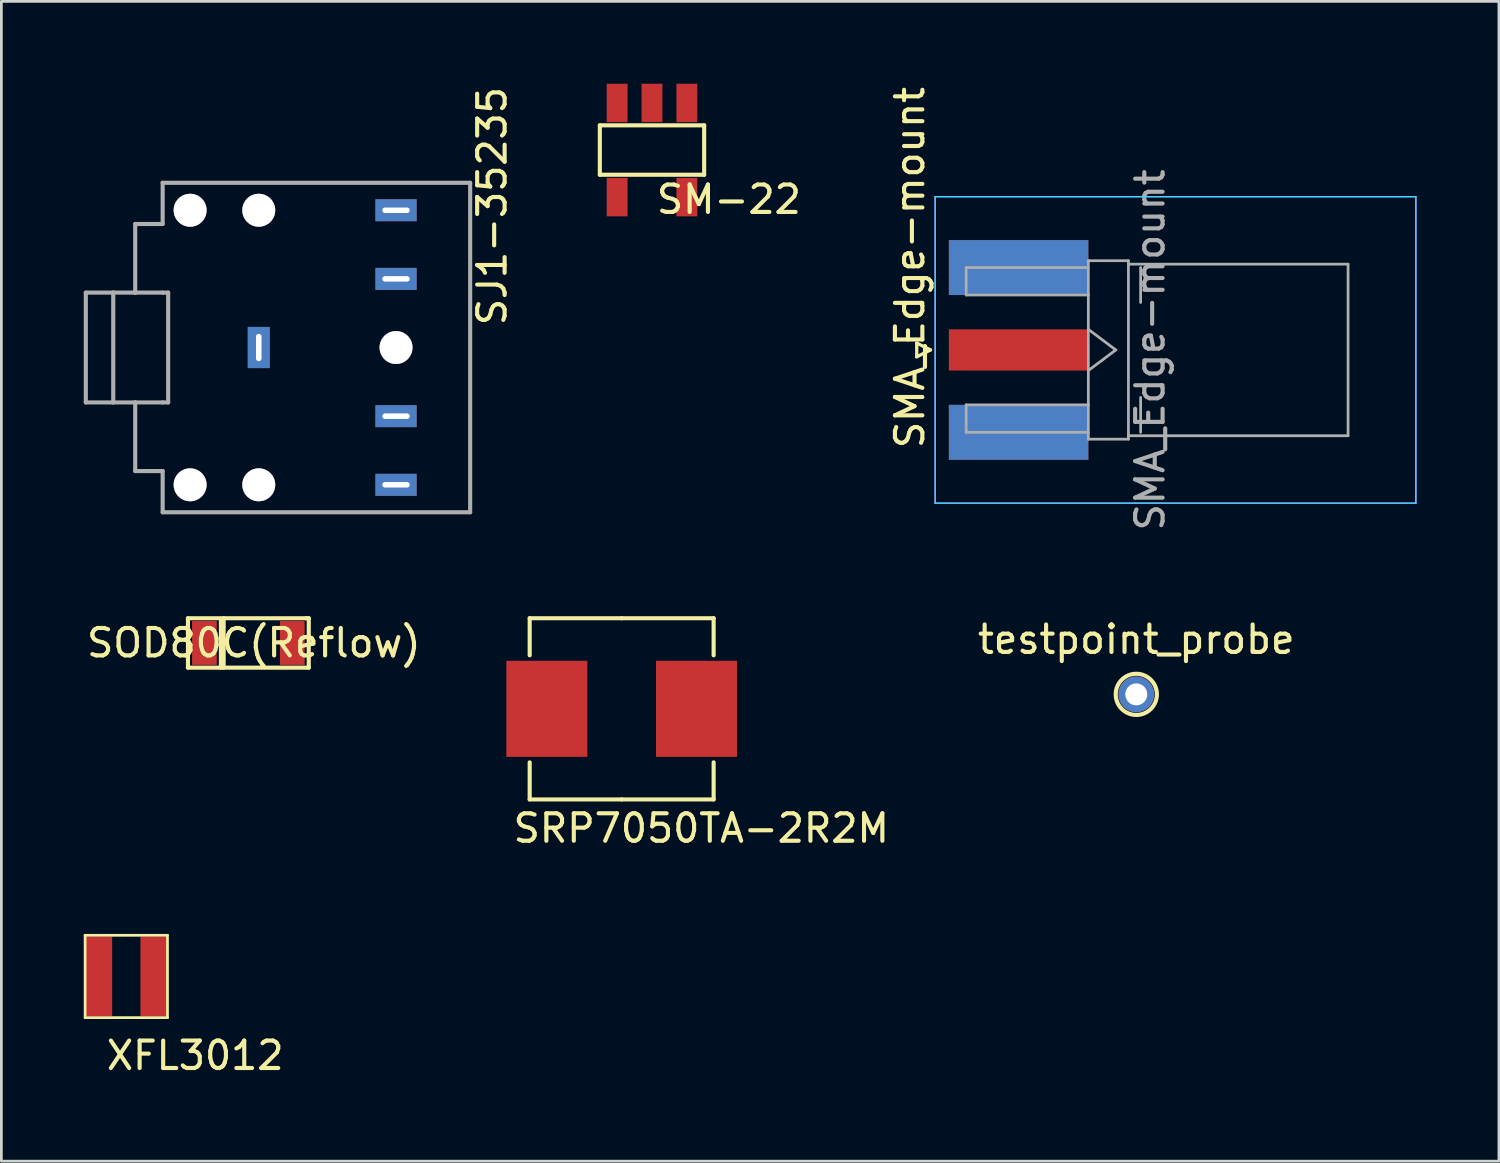
<source format=kicad_pcb>
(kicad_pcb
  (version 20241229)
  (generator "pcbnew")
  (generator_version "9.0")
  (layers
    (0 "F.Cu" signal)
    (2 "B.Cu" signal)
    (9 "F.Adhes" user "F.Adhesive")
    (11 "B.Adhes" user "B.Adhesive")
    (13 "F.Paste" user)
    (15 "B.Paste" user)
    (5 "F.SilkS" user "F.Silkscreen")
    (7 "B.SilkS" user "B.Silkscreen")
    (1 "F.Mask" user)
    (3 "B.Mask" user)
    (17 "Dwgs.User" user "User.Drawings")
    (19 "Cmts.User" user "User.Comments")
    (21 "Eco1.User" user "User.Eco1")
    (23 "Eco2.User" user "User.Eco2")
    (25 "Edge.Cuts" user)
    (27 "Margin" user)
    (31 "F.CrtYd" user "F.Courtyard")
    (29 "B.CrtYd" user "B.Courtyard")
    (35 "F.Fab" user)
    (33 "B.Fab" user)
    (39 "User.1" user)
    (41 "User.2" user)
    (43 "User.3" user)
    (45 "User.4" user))
  (footprint "SM-22"
    (layer "F.Cu")
    (at 20.698 2.415)
    (property "Reference" "SM-22" (at 2.8 1.8 0) (layer "F.SilkS") (effects (font (size 1 1) (thickness 0.15))))
    (attr through_hole)
    (fp_line (start -1.9 -0.9) (end -1.9 0.9) (stroke (width 0.15) (type solid)) (layer "F.SilkS"))
    (fp_line (start -1.9 0.9) (end 1.9 0.9) (stroke (width 0.15) (type solid)) (layer "F.SilkS"))
    (fp_line (start 1.9 -0.9) (end -1.9 -0.9) (stroke (width 0.15) (type solid)) (layer "F.SilkS"))
    (fp_line (start 1.9 0.9) (end 1.9 -0.9) (stroke (width 0.15) (type solid)) (layer "F.SilkS"))
    (pad "1" smd rect (at -1.27 -1.715) (size 0.76 1.4) (layers "F.Cu" "F.Mask" "F.Paste"))
    (pad "2" smd rect (at 0 -1.715) (size 0.76 1.4) (layers "F.Cu" "F.Mask" "F.Paste"))
    (pad "3" smd rect (at 1.27 -1.715) (size 0.76 1.4) (layers "F.Cu" "F.Mask" "F.Paste"))
    (pad "4" smd rect (at 1.27 1.715) (size 0.76 1.4) (layers "F.Cu" "F.Mask" "F.Paste"))
    (pad "5" smd rect (at -1.27 1.715) (size 0.76 1.4) (layers "F.Cu" "F.Mask" "F.Paste")))
  (footprint "SJ1-35235"
    (layer "F.Cu")
    (at 11.375 9.608)
    (property "Reference" "SJ1-35235" (at 3.5 -5.15 90) (layer "F.SilkS") (effects (font (size 1 1) (thickness 0.15))))
    (attr through_hole)
    (fp_line (start -11.3 -2) (end -11.3 2) (stroke (width 0.15) (type solid)) (layer "F.Fab"))
    (fp_line (start -11.3 -2) (end -10.3 -2) (stroke (width 0.15) (type solid)) (layer "F.Fab"))
    (fp_line (start -11.3 2) (end -10.3 2) (stroke (width 0.15) (type solid)) (layer "F.Fab"))
    (fp_line (start -10.3 -2) (end -10.3 2) (stroke (width 0.15) (type solid)) (layer "F.Fab"))
    (fp_line (start -10.3 2) (end -9.5 2) (stroke (width 0.15) (type solid)) (layer "F.Fab"))
    (fp_line (start -9.5 -4.5) (end -9.5 -2) (stroke (width 0.15) (type solid)) (layer "F.Fab"))
    (fp_line (start -9.5 -2) (end -10.3 -2) (stroke (width 0.15) (type solid)) (layer "F.Fab"))
    (fp_line (start -9.5 -2) (end -8.5 -2) (stroke (width 0.15) (type solid)) (layer "F.Fab"))
    (fp_line (start -9.5 2) (end -8.5 2) (stroke (width 0.15) (type solid)) (layer "F.Fab"))
    (fp_line (start -9.5 4.5) (end -9.5 2) (stroke (width 0.15) (type solid)) (layer "F.Fab"))
    (fp_line (start -8.5 -6) (end -8.5 -4.5) (stroke (width 0.15) (type solid)) (layer "F.Fab"))
    (fp_line (start -8.5 -4.5) (end -9.5 -4.5) (stroke (width 0.15) (type solid)) (layer "F.Fab"))
    (fp_line (start -8.5 2) (end -8.3 2) (stroke (width 0.15) (type solid)) (layer "F.Fab"))
    (fp_line (start -8.5 4.5) (end -9.5 4.5) (stroke (width 0.15) (type solid)) (layer "F.Fab"))
    (fp_line (start -8.5 6) (end -8.5 4.5) (stroke (width 0.15) (type solid)) (layer "F.Fab"))
    (fp_line (start -8.5 6) (end 2.7 6) (stroke (width 0.15) (type solid)) (layer "F.Fab"))
    (fp_line (start -8.3 -2) (end -8.5 -2) (stroke (width 0.15) (type solid)) (layer "F.Fab"))
    (fp_line (start -8.3 2) (end -8.3 -2) (stroke (width 0.15) (type solid)) (layer "F.Fab"))
    (fp_line (start 2.7 -6) (end -8.5 -6) (stroke (width 0.15) (type solid)) (layer "F.Fab"))
    (fp_line (start 2.7 -6) (end 2.7 6) (stroke (width 0.15) (type solid)) (layer "F.Fab"))
    (pad "" thru_hole circle (at -7.5 -5) (size 1.2 1.2) (drill 1.2) (layers "*.Cu" "*.Mask"))
    (pad "" thru_hole circle (at -7.5 5) (size 1.2 1.2) (drill 1.2) (layers "*.Cu" "*.Mask"))
    (pad "" thru_hole circle (at -5 -5) (size 1.2 1.2) (drill 1.2) (layers "*.Cu" "*.Mask"))
    (pad "" thru_hole circle (at -5 5) (size 1.2 1.2) (drill 1.2) (layers "*.Cu" "*.Mask"))
    (pad "" thru_hole circle (at 0 0) (size 1.2 1.2) (drill 1.2) (layers "*.Cu" "*.Mask"))
    (pad "1" thru_hole rect (at -5 0) (size 0.8 1.5) (drill oval 0.2 1) (layers "*.Cu" "*.Mask"))
    (pad "2" thru_hole rect (at 0 5) (size 1.5 0.8) (drill oval 1 0.2) (layers "*.Cu" "*.Mask"))
    (pad "3" thru_hole rect (at 0 -5) (size 1.5 0.8) (drill oval 1 0.2) (layers "*.Cu" "*.Mask"))
    (pad "4" thru_hole rect (at 0 2.5) (size 1.5 0.8) (drill oval 1 0.2) (layers "*.Cu" "*.Mask"))
    (pad "5" thru_hole rect (at 0 -2.5) (size 1.5 0.8) (drill oval 1 0.2) (layers "*.Cu" "*.Mask")))
  (footprint "XFL3012"
    (layer "F.Cu")
    (at 1.55 32.516)
    (property "Reference" "XFL3012" (at 2.51 2.88 0) (layer "F.SilkS") (effects (font (size 1 1) (thickness 0.15))))
    (attr through_hole)
    (fp_line (start -1.5 -1.5) (end 1.5 -1.5) (stroke (width 0.1) (type solid)) (layer "F.SilkS"))
    (fp_line (start -1.5 1.5) (end -1.5 -1.5) (stroke (width 0.1) (type solid)) (layer "F.SilkS"))
    (fp_line (start 1.5 -1.5) (end 1.5 1.5) (stroke (width 0.1) (type solid)) (layer "F.SilkS"))
    (fp_line (start 1.5 1.5) (end -1.5 1.5) (stroke (width 0.1) (type solid)) (layer "F.SilkS"))
    (pad "1" smd rect (at 1.015 0) (size 1 2.9) (layers "F.Cu" "F.Mask" "F.Paste"))
    (pad "2" smd rect (at -1.015 0) (size 1 2.9) (layers "F.Cu" "F.Mask" "F.Paste")))
  (footprint "SOD80C(Reflow)"
    (layer "F.Cu")
    (at 5.996 20.368)
    (property "Reference" "SOD80C(Reflow)" (at 0.2 0 0) (layer "F.SilkS") (effects (font (size 1 1) (thickness 0.15))))
    (attr through_hole)
    (fp_line (start -2.2 -0.9) (end -2.2 0.9) (stroke (width 0.15) (type solid)) (layer "F.SilkS"))
    (fp_line (start -2.2 0.9) (end 2.2 0.9) (stroke (width 0.15) (type solid)) (layer "F.SilkS"))
    (fp_line (start -1 -0.8) (end -1 0.9) (stroke (width 0.15) (type solid)) (layer "F.SilkS"))
    (fp_line (start -0.9 0.9) (end -0.9 -0.9) (stroke (width 0.15) (type solid)) (layer "F.SilkS"))
    (fp_line (start 2.1 -0.9) (end -2.2 -0.9) (stroke (width 0.15) (type solid)) (layer "F.SilkS"))
    (fp_line (start 2.2 -0.9) (end 2.1 -0.9) (stroke (width 0.15) (type solid)) (layer "F.SilkS"))
    (fp_line (start 2.2 0.9) (end 2.2 -0.9) (stroke (width 0.15) (type solid)) (layer "F.SilkS"))
    (pad "1" smd rect (at -1.6 0) (size 0.9 1.6) (layers "F.Cu" "F.Mask" "F.Paste"))
    (pad "2" smd rect (at 1.6 0) (size 0.9 1.6) (layers "F.Cu" "F.Mask" "F.Paste")))
  (footprint "SRP7050TA-2R2M"
    (layer "F.Cu")
    (at 19.593 22.768)
    (property "Reference" "SRP7050TA-2R2M" (at 2.9 4.35 0) (layer "F.SilkS") (effects (font (size 1 1) (thickness 0.15))))
    (attr through_hole)
    (fp_line (start -3.35 -3.3) (end -3.35 -1.95) (stroke (width 0.15) (type solid)) (layer "F.SilkS"))
    (fp_line (start -3.35 3.3) (end -3.35 1.95) (stroke (width 0.15) (type solid)) (layer "F.SilkS"))
    (fp_line (start 0 -3.3) (end -3.35 -3.3) (stroke (width 0.15) (type solid)) (layer "F.SilkS"))
    (fp_line (start 0 -3.3) (end 3.35 -3.3) (stroke (width 0.15) (type solid)) (layer "F.SilkS"))
    (fp_line (start 0 3.3) (end -3.35 3.3) (stroke (width 0.15) (type solid)) (layer "F.SilkS"))
    (fp_line (start 0 3.3) (end 3.35 3.3) (stroke (width 0.15) (type solid)) (layer "F.SilkS"))
    (fp_line (start 3.35 -3.3) (end 3.35 -1.95) (stroke (width 0.15) (type solid)) (layer "F.SilkS"))
    (fp_line (start 3.35 3.3) (end 3.35 1.95) (stroke (width 0.15) (type solid)) (layer "F.SilkS"))
    (pad "1" smd rect (at 2.725 0) (size 2.95 3.5) (layers "F.Cu" "F.Mask" "F.Paste"))
    (pad "2" smd rect (at -2.725 0) (size 2.95 3.5) (layers "F.Cu" "F.Mask" "F.Paste")))
  (footprint "testpoint_probe"
    (layer "F.Cu")
    (at 38.338 22.241)
    (property "Reference" "testpoint_probe" (at 0 -2 0) (layer "F.SilkS") (effects (font (size 1 1) (thickness 0.15))))
    (attr through_hole)
    (fp_circle (center 0 0) (end 0.75 0) (stroke (width 0.15) (type solid)) (fill no) (layer "F.SilkS"))
    (pad "1" thru_hole circle (at 0 0) (size 1.3 1.3) (drill 0.8) (layers "*.Cu" "*.Mask")))
  (footprint "SMA_Edge-mount"
    (layer "F.Cu")
    (at 34.051 9.696)
    (property "Reference" "SMA_Edge-mount" (at -3.96 -3 90) (layer "F.SilkS") (effects (font (size 1 1) (thickness 0.15))))
    (attr smd)
    (fp_line (start -3.71 -0.25) (end -3.71 0.25) (stroke (width 0.12) (type solid)) (layer "F.SilkS"))
    (fp_line (start -3.71 0.25) (end -3.21 0) (stroke (width 0.12) (type solid)) (layer "F.SilkS"))
    (fp_line (start -3.21 0) (end -3.71 -0.25) (stroke (width 0.12) (type solid)) (layer "F.SilkS"))
    (fp_line (start -3.04 5.58) (end -3.04 -5.58) (stroke (width 0.05) (type solid)) (layer "B.CrtYd"))
    (fp_line (start 14.47 -5.58) (end -3.04 -5.58) (stroke (width 0.05) (type solid)) (layer "B.CrtYd"))
    (fp_line (start 14.47 -5.58) (end 14.47 5.58) (stroke (width 0.05) (type solid)) (layer "B.CrtYd"))
    (fp_line (start 14.47 5.58) (end -3.04 5.58) (stroke (width 0.05) (type solid)) (layer "B.CrtYd"))
    (fp_line (start -3.04 5.58) (end -3.04 -5.58) (stroke (width 0.05) (type solid)) (layer "F.CrtYd"))
    (fp_line (start 14.47 -5.58) (end -3.04 -5.58) (stroke (width 0.05) (type solid)) (layer "F.CrtYd"))
    (fp_line (start 14.47 -5.58) (end 14.47 5.58) (stroke (width 0.05) (type solid)) (layer "F.CrtYd"))
    (fp_line (start 14.47 5.58) (end -3.04 5.58) (stroke (width 0.05) (type solid)) (layer "F.CrtYd"))
    (fp_line (start -1.91 -3) (end -1.91 -2) (stroke (width 0.1) (type solid)) (layer "F.Fab"))
    (fp_line (start -1.91 -3) (end 2.54 -3) (stroke (width 0.1) (type solid)) (layer "F.Fab"))
    (fp_line (start -1.91 -2) (end 2.54 -2) (stroke (width 0.1) (type solid)) (layer "F.Fab"))
    (fp_line (start -1.91 2) (end -1.91 3) (stroke (width 0.1) (type solid)) (layer "F.Fab"))
    (fp_line (start -1.91 2) (end 2.54 2) (stroke (width 0.1) (type solid)) (layer "F.Fab"))
    (fp_line (start -1.91 3) (end 2.54 3) (stroke (width 0.1) (type solid)) (layer "F.Fab"))
    (fp_line (start 2.54 -3.25) (end 2.54 -2) (stroke (width 0.1) (type solid)) (layer "F.Fab"))
    (fp_line (start 2.54 -3.25) (end 4 -3.25) (stroke (width 0.1) (type solid)) (layer "F.Fab"))
    (fp_line (start 2.54 -2) (end 2.54 2) (stroke (width 0.1) (type solid)) (layer "F.Fab"))
    (fp_line (start 2.54 -0.75) (end 3.54 0) (stroke (width 0.1) (type solid)) (layer "F.Fab"))
    (fp_line (start 2.54 2) (end 2.54 3.25) (stroke (width 0.1) (type solid)) (layer "F.Fab"))
    (fp_line (start 2.54 3.25) (end 4 3.25) (stroke (width 0.1) (type solid)) (layer "F.Fab"))
    (fp_line (start 3.54 0) (end 2.54 0.75) (stroke (width 0.1) (type solid)) (layer "F.Fab"))
    (fp_line (start 4 -3.25) (end 4 3.25) (stroke (width 0.1) (type solid)) (layer "F.Fab"))
    (fp_line (start 4 -3.125) (end 12 -3.125) (stroke (width 0.1) (type solid)) (layer "F.Fab"))
    (fp_line (start 4.445 -1.73) (end 4.445 -3) (stroke (width 0.1) (type solid)) (layer "F.Fab"))
    (fp_line (start 4.445 3) (end 4.445 1.73) (stroke (width 0.1) (type solid)) (layer "F.Fab"))
    (fp_line (start 12 -3.125) (end 12 3.125) (stroke (width 0.1) (type solid)) (layer "F.Fab"))
    (fp_line (start 12 3.125) (end 4 3.125) (stroke (width 0.1) (type solid)) (layer "F.Fab"))
    (fp_text user "${REFERENCE}" (at 4.79 0 270) (layer "F.Fab") (effects (font (size 1 1) (thickness 0.15))))
    (pad "1" smd rect (at 0 0 90) (size 1.5 5.08) (layers "F.Cu" "F.Mask" "F.Paste"))
    (pad "2" smd rect (at 0 -3 90) (size 2 5.08) (layers "F.Cu" "F.Mask" "F.Paste"))
    (pad "2" smd rect (at 0 -3 90) (size 2 5.08) (layers "B.Cu" "B.Mask" "B.Paste"))
    (pad "2" smd rect (at 0 3 90) (size 2 5.08) (layers "F.Cu" "F.Mask" "F.Paste"))
    (pad "2" smd rect (at 0 3 90) (size 2 5.08) (layers "B.Cu" "B.Mask" "B.Paste")))
  (gr_rect
    (start -3 -3)
    (end 51.546 39.244)
    (stroke (width 0.1) (type default))
    (fill no)
    (layer "Edge.Cuts")))
</source>
